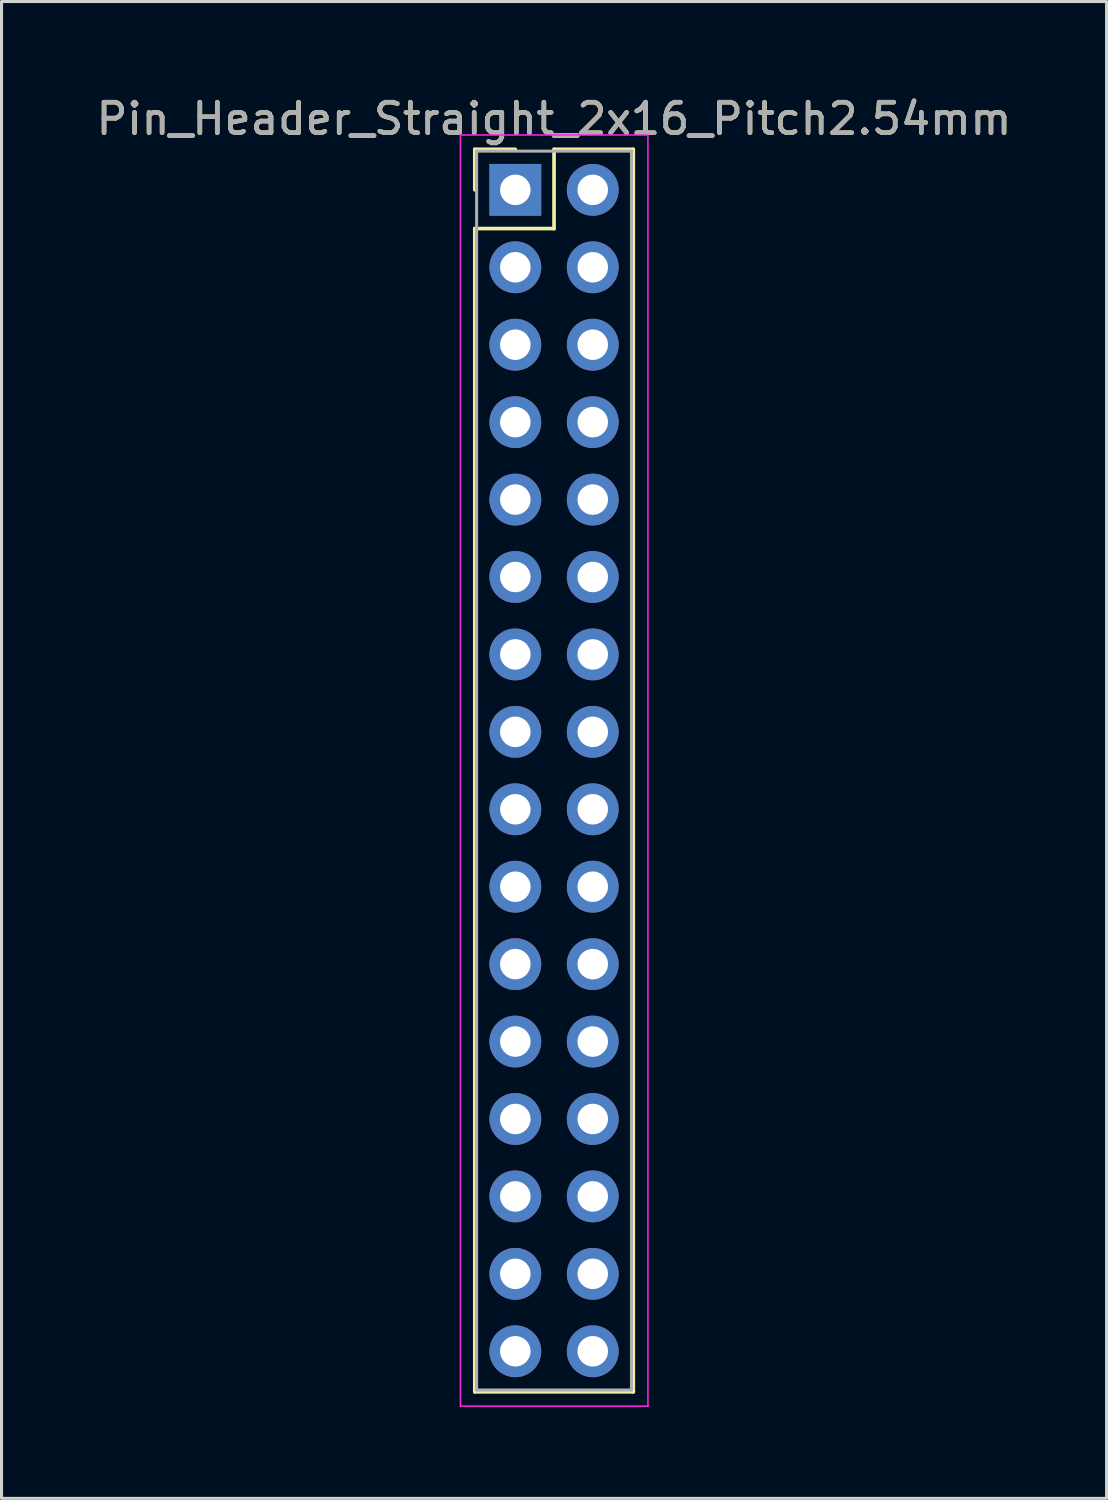
<source format=kicad_pcb>
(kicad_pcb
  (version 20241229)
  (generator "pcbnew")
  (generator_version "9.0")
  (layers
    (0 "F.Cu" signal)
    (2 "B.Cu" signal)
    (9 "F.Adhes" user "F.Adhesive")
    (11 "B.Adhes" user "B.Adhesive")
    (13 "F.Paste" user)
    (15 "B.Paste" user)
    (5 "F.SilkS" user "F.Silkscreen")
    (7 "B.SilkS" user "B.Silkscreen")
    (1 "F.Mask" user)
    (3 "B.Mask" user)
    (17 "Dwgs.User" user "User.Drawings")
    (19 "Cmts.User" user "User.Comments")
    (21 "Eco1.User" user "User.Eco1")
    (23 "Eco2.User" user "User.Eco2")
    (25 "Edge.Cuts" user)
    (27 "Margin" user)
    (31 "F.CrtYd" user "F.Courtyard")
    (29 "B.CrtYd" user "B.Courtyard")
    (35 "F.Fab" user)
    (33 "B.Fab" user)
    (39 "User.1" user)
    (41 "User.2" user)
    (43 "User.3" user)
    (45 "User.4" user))
  (footprint "Pin_Header_Straight_2x16_Pitch2.54mm"
    (layer "F.Cu")
    (at 13.855 3.178)
    (property "Reference" "Pin_Header_Straight_2x16_Pitch2.54mm" (at 1.27 -2.33 0) (layer "F.SilkS") (effects (font (size 1 1) (thickness 0.15))))
    (attr through_hole)
    (fp_line (start -1.33 -1.33) (end 0 -1.33) (stroke (width 0.12) (type solid)) (layer "F.SilkS"))
    (fp_line (start -1.33 0) (end -1.33 -1.33) (stroke (width 0.12) (type solid)) (layer "F.SilkS"))
    (fp_line (start -1.33 1.27) (end -1.33 39.43) (stroke (width 0.12) (type solid)) (layer "F.SilkS"))
    (fp_line (start -1.33 39.43) (end 3.87 39.43) (stroke (width 0.12) (type solid)) (layer "F.SilkS"))
    (fp_line (start 1.27 -1.33) (end 1.27 1.27) (stroke (width 0.12) (type solid)) (layer "F.SilkS"))
    (fp_line (start 1.27 1.27) (end -1.33 1.27) (stroke (width 0.12) (type solid)) (layer "F.SilkS"))
    (fp_line (start 3.87 -1.33) (end 1.27 -1.33) (stroke (width 0.12) (type solid)) (layer "F.SilkS"))
    (fp_line (start 3.87 39.43) (end 3.87 -1.33) (stroke (width 0.12) (type solid)) (layer "F.SilkS"))
    (fp_line (start -1.8 -1.8) (end -1.8 39.9) (stroke (width 0.05) (type solid)) (layer "F.CrtYd"))
    (fp_line (start -1.8 39.9) (end 4.35 39.9) (stroke (width 0.05) (type solid)) (layer "F.CrtYd"))
    (fp_line (start 4.35 -1.8) (end -1.8 -1.8) (stroke (width 0.05) (type solid)) (layer "F.CrtYd"))
    (fp_line (start 4.35 39.9) (end 4.35 -1.8) (stroke (width 0.05) (type solid)) (layer "F.CrtYd"))
    (fp_line (start -1.27 -1.27) (end -1.27 39.37) (stroke (width 0.1) (type solid)) (layer "F.Fab"))
    (fp_line (start -1.27 39.37) (end 3.81 39.37) (stroke (width 0.1) (type solid)) (layer "F.Fab"))
    (fp_line (start 3.81 -1.27) (end -1.27 -1.27) (stroke (width 0.1) (type solid)) (layer "F.Fab"))
    (fp_line (start 3.81 39.37) (end 3.81 -1.27) (stroke (width 0.1) (type solid)) (layer "F.Fab"))
    (fp_text user "${REFERENCE}" (at 1.27 -2.33 0) (layer "F.Fab") (effects (font (size 1 1) (thickness 0.15))))
    (pad "1" thru_hole rect (at 0 0) (size 1.7 1.7) (drill 1) (layers "*.Cu" "*.Mask"))
    (pad "2" thru_hole oval (at 2.54 0) (size 1.7 1.7) (drill 1) (layers "*.Cu" "*.Mask"))
    (pad "3" thru_hole oval (at 0 2.54) (size 1.7 1.7) (drill 1) (layers "*.Cu" "*.Mask"))
    (pad "4" thru_hole oval (at 2.54 2.54) (size 1.7 1.7) (drill 1) (layers "*.Cu" "*.Mask"))
    (pad "5" thru_hole oval (at 0 5.08) (size 1.7 1.7) (drill 1) (layers "*.Cu" "*.Mask"))
    (pad "6" thru_hole oval (at 2.54 5.08) (size 1.7 1.7) (drill 1) (layers "*.Cu" "*.Mask"))
    (pad "7" thru_hole oval (at 0 7.62) (size 1.7 1.7) (drill 1) (layers "*.Cu" "*.Mask"))
    (pad "8" thru_hole oval (at 2.54 7.62) (size 1.7 1.7) (drill 1) (layers "*.Cu" "*.Mask"))
    (pad "9" thru_hole oval (at 0 10.16) (size 1.7 1.7) (drill 1) (layers "*.Cu" "*.Mask"))
    (pad "10" thru_hole oval (at 2.54 10.16) (size 1.7 1.7) (drill 1) (layers "*.Cu" "*.Mask"))
    (pad "11" thru_hole oval (at 0 12.7) (size 1.7 1.7) (drill 1) (layers "*.Cu" "*.Mask"))
    (pad "12" thru_hole oval (at 2.54 12.7) (size 1.7 1.7) (drill 1) (layers "*.Cu" "*.Mask"))
    (pad "13" thru_hole oval (at 0 15.24) (size 1.7 1.7) (drill 1) (layers "*.Cu" "*.Mask"))
    (pad "14" thru_hole oval (at 2.54 15.24) (size 1.7 1.7) (drill 1) (layers "*.Cu" "*.Mask"))
    (pad "15" thru_hole oval (at 0 17.78) (size 1.7 1.7) (drill 1) (layers "*.Cu" "*.Mask"))
    (pad "16" thru_hole oval (at 2.54 17.78) (size 1.7 1.7) (drill 1) (layers "*.Cu" "*.Mask"))
    (pad "17" thru_hole oval (at 0 20.32) (size 1.7 1.7) (drill 1) (layers "*.Cu" "*.Mask"))
    (pad "18" thru_hole oval (at 2.54 20.32) (size 1.7 1.7) (drill 1) (layers "*.Cu" "*.Mask"))
    (pad "19" thru_hole oval (at 0 22.86) (size 1.7 1.7) (drill 1) (layers "*.Cu" "*.Mask"))
    (pad "20" thru_hole oval (at 2.54 22.86) (size 1.7 1.7) (drill 1) (layers "*.Cu" "*.Mask"))
    (pad "21" thru_hole oval (at 0 25.4) (size 1.7 1.7) (drill 1) (layers "*.Cu" "*.Mask"))
    (pad "22" thru_hole oval (at 2.54 25.4) (size 1.7 1.7) (drill 1) (layers "*.Cu" "*.Mask"))
    (pad "23" thru_hole oval (at 0 27.94) (size 1.7 1.7) (drill 1) (layers "*.Cu" "*.Mask"))
    (pad "24" thru_hole oval (at 2.54 27.94) (size 1.7 1.7) (drill 1) (layers "*.Cu" "*.Mask"))
    (pad "25" thru_hole oval (at 0 30.48) (size 1.7 1.7) (drill 1) (layers "*.Cu" "*.Mask"))
    (pad "26" thru_hole oval (at 2.54 30.48) (size 1.7 1.7) (drill 1) (layers "*.Cu" "*.Mask"))
    (pad "27" thru_hole oval (at 0 33.02) (size 1.7 1.7) (drill 1) (layers "*.Cu" "*.Mask"))
    (pad "28" thru_hole oval (at 2.54 33.02) (size 1.7 1.7) (drill 1) (layers "*.Cu" "*.Mask"))
    (pad "29" thru_hole oval (at 0 35.56) (size 1.7 1.7) (drill 1) (layers "*.Cu" "*.Mask"))
    (pad "30" thru_hole oval (at 2.54 35.56) (size 1.7 1.7) (drill 1) (layers "*.Cu" "*.Mask"))
    (pad "31" thru_hole oval (at 0 38.1) (size 1.7 1.7) (drill 1) (layers "*.Cu" "*.Mask"))
    (pad "32" thru_hole oval (at 2.54 38.1) (size 1.7 1.7) (drill 1) (layers "*.Cu" "*.Mask")))
  (gr_rect
    (start -3 -3)
    (end 33.25 46.103)
    (stroke (width 0.1) (type default))
    (fill no)
    (layer "Edge.Cuts")))
</source>
